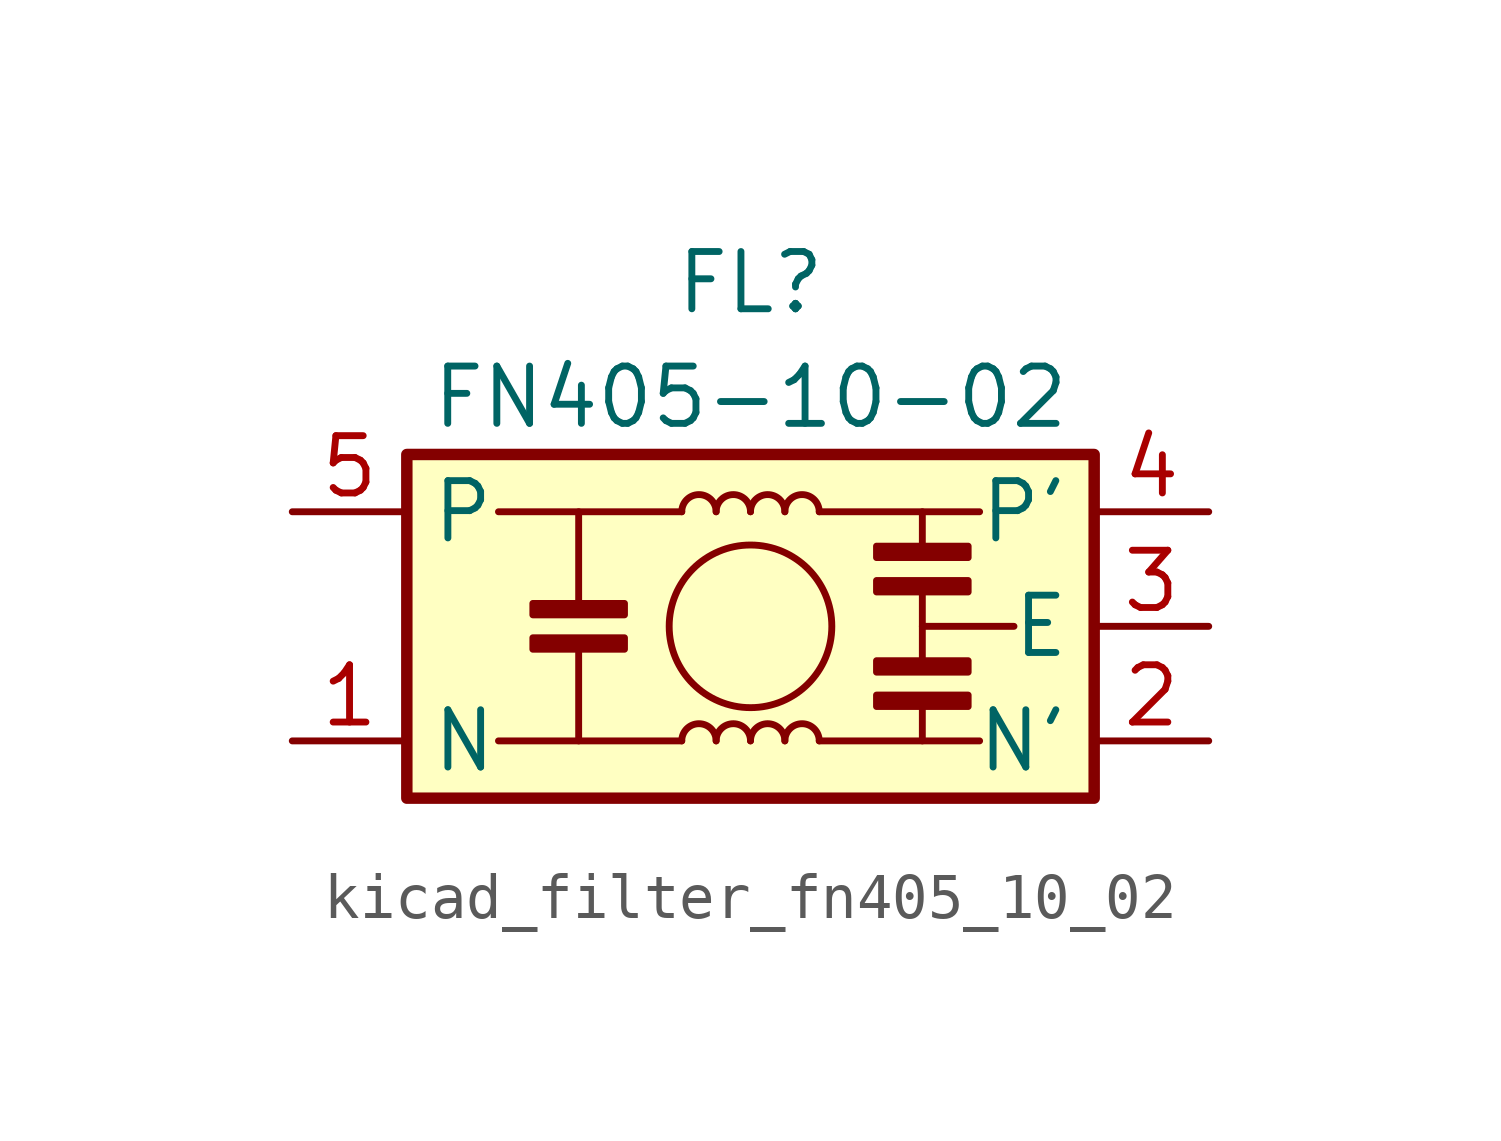
<source format=kicad_sym>
(kicad_symbol_lib
  (version 20220914)
  (generator kicad_symbol_editor)
  (symbol "kicad_filter_fn405_10_02"
    (property "Reference" "FL"
      (at 0 7.62 0)
      (effects (font (size 1.27 1.27))))
    (property "Value" "FN405-10-02"
      (at 0 5.08 0)
      (effects (font (size 1.27 1.27))))
    (symbol "kicad_filter_fn405_10_02_0_1"
      (rectangle (start -7.62 3.81) (end 7.62 -3.81) (stroke (width 0.254) (type default)) (fill (type background)))
      (rectangle (start -4.826 -0.254) (end -2.794 -0.508) (stroke (width 0) (type default)) (fill (type outline)))
      (rectangle (start -4.826 0.254) (end -2.794 0.508) (stroke (width 0) (type default)) (fill (type outline)))
      (arc (start -0.762 -2.54) (mid -1.143 -2.1606) (end -1.524 -2.54) (stroke (width 0) (type default)) (fill (type none)))
      (arc (start -0.762 2.54) (mid -1.143 2.9194) (end -1.524 2.54) (stroke (width 0) (type default)) (fill (type none)))
      (arc (start 0 -2.54) (mid -0.381 -2.1606) (end -0.762 -2.54) (stroke (width 0) (type default)) (fill (type none)))
      (polyline (pts (xy -3.81 -0.508) (xy -3.81 -2.54)) (stroke (width 0) (type default)) (fill (type none)))
      (polyline (pts (xy -3.81 0.508) (xy -3.81 2.54)) (stroke (width 0) (type default)) (fill (type none)))
      (polyline (pts (xy -1.524 -2.54) (xy -5.588 -2.54)) (stroke (width 0) (type default)) (fill (type none)))
      (polyline (pts (xy -1.524 2.54) (xy -5.588 2.54)) (stroke (width 0) (type default)) (fill (type none)))
      (polyline (pts (xy 1.524 -2.54) (xy 5.08 -2.54)) (stroke (width 0) (type default)) (fill (type none)))
      (polyline (pts (xy 3.81 -1.778) (xy 3.81 -2.54)) (stroke (width 0) (type default)) (fill (type none)))
      (polyline (pts (xy 3.81 0) (xy 5.842 0)) (stroke (width 0) (type default)) (fill (type none)))
      (polyline (pts (xy 3.81 0.762) (xy 3.81 -0.762)) (stroke (width 0) (type default)) (fill (type none)))
      (polyline (pts (xy 3.81 1.778) (xy 3.81 2.54)) (stroke (width 0) (type default)) (fill (type none)))
      (polyline (pts (xy 5.08 2.54) (xy 1.524 2.54)) (stroke (width 0) (type default)) (fill (type none)))
      (circle (center 0 0) (radius 1.803) (stroke (width 0) (type default)) (fill (type none)))
      (arc (start 0 2.54) (mid -0.381 2.9194) (end -0.762 2.54) (stroke (width 0) (type default)) (fill (type none)))
      (arc (start 0.762 -2.54) (mid 0.381 -2.1606) (end 0 -2.54) (stroke (width 0) (type default)) (fill (type none)))
      (arc (start 0.762 2.54) (mid 0.381 2.9194) (end 0 2.54) (stroke (width 0) (type default)) (fill (type none)))
      (arc (start 1.524 -2.54) (mid 1.143 -2.1606) (end 0.762 -2.54) (stroke (width 0) (type default)) (fill (type none)))
      (arc (start 1.524 2.54) (mid 1.143 2.9194) (end 0.762 2.54) (stroke (width 0) (type default)) (fill (type none)))
      (rectangle (start 2.794 -1.524) (end 4.826 -1.778) (stroke (width 0) (type default)) (fill (type outline)))
      (rectangle (start 2.794 -1.016) (end 4.826 -0.762) (stroke (width 0) (type default)) (fill (type outline)))
      (rectangle (start 2.794 1.016) (end 4.826 0.762) (stroke (width 0) (type default)) (fill (type outline)))
      (rectangle (start 2.794 1.524) (end 4.826 1.778) (stroke (width 0) (type default)) (fill (type outline))))
    (symbol "kicad_filter_fn405_10_02_1_1"
      (pin passive line (at -10.16 -2.54 0) (length 2.54) (name "N" (effects (font (size 1.27 1.27)))) (number "1" (effects (font (size 1.27 1.27)))))
      (pin passive line (at 10.16 -2.54 180) (length 2.54) (name "N'" (effects (font (size 1.27 1.27)))) (number "2" (effects (font (size 1.27 1.27)))))
      (pin passive line (at 10.16 0 180) (length 2.54) (name "E" (effects (font (size 1.27 1.27)))) (number "3" (effects (font (size 1.27 1.27)))))
      (pin passive line (at 10.16 2.54 180) (length 2.54) (name "P'" (effects (font (size 1.27 1.27)))) (number "4" (effects (font (size 1.27 1.27)))))
      (pin passive line (at -10.16 2.54 0) (length 2.54) (name "P" (effects (font (size 1.27 1.27)))) (number "5" (effects (font (size 1.27 1.27))))))))
</source>
